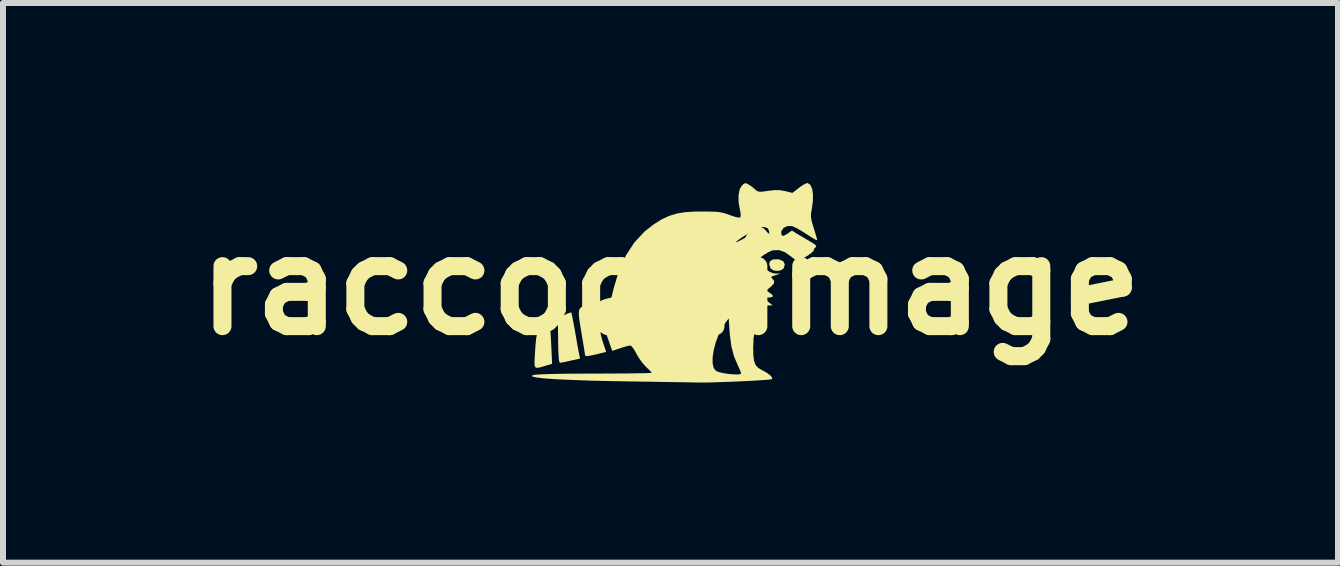
<source format=kicad_pcb>
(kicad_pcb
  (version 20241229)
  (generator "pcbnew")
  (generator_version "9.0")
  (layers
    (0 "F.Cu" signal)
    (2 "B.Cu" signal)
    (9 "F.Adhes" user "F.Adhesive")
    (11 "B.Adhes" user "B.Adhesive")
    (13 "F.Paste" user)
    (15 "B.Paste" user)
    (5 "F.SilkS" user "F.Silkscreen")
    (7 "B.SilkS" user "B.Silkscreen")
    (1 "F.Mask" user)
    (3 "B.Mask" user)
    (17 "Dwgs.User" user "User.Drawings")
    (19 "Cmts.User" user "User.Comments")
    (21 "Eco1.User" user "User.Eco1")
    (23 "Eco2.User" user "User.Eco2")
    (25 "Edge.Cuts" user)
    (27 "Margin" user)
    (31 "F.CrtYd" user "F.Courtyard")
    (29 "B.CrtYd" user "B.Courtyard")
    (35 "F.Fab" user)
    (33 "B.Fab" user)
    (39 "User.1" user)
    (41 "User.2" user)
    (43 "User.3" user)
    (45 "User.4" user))
  (footprint "raccoonimage"
    (layer "F.Cu")
    (at 8.121 1.706)
    (property "Reference" "raccoonimage" (at 0 0 0) (layer "F.SilkS") (effects (font (size 1.5 1.5) (thickness 0.3))))
    (attr board_only exclude_from_pos_files exclude_from_bom)
    (fp_poly (pts (xy 1.819 -0.431) (xy 1.88 -0.402) (xy 1.905 -0.352) (xy 1.889 -0.29) (xy 1.849 -0.256) (xy 1.788 -0.242) (xy 1.725 -0.248) (xy 1.676 -0.275) (xy 1.667 -0.287) (xy 1.645 -0.357) (xy 1.661 -0.407) (xy 1.711 -0.434) (xy 1.793 -0.435)) (stroke (width 0) (type solid)) (fill yes) (layer "F.SilkS"))
    (fp_poly (pts (xy -2.007 0.672) (xy -2.002 0.732) (xy -1.996 0.821) (xy -1.99 0.93) (xy -1.987 0.981) (xy -1.972 1.306) (xy -2.095 1.342) (xy -2.17 1.364) (xy -2.221 1.374) (xy -2.25 1.365) (xy -2.264 1.332) (xy -2.265 1.269) (xy -2.26 1.17) (xy -2.257 1.124) (xy -2.248 0.987) (xy -2.238 0.888) (xy -2.224 0.818) (xy -2.205 0.769) (xy -2.178 0.735) (xy -2.139 0.707) (xy -2.114 0.692) (xy -2.058 0.663) (xy -2.02 0.648) (xy -2.011 0.648)) (stroke (width 0) (type solid)) (fill yes) (layer "F.SilkS"))
    (fp_poly (pts (xy -1.645 0.476) (xy -1.633 0.536) (xy -1.616 0.623) (xy -1.596 0.73) (xy -1.589 0.769) (xy -1.569 0.888) (xy -1.55 0.996) (xy -1.534 1.083) (xy -1.523 1.14) (xy -1.521 1.148) (xy -1.506 1.218) (xy -1.663 1.253) (xy -1.743 1.271) (xy -1.807 1.284) (xy -1.842 1.289) (xy -1.843 1.289) (xy -1.854 1.267) (xy -1.862 1.203) (xy -1.868 1.099) (xy -1.871 0.978) (xy -1.872 0.859) (xy -1.874 0.752) (xy -1.875 0.667) (xy -1.876 0.613) (xy -1.876 0.606) (xy -1.871 0.566) (xy -1.846 0.535) (xy -1.791 0.503) (xy -1.77 0.493) (xy -1.708 0.466) (xy -1.665 0.452) (xy -1.652 0.451)) (stroke (width 0) (type solid)) (fill yes) (layer "F.SilkS"))
    (fp_poly (pts (xy -1.274 0.341) (xy -1.247 0.396) (xy -1.223 0.487) (xy -1.212 0.538) (xy -1.193 0.635) (xy -1.177 0.721) (xy -1.166 0.783) (xy -1.164 0.8) (xy -1.153 0.852) (xy -1.132 0.926) (xy -1.114 0.981) (xy -1.071 1.107) (xy -1.212 1.142) (xy -1.317 1.166) (xy -1.384 1.177) (xy -1.417 1.173) (xy -1.422 1.164) (xy -1.426 1.139) (xy -1.435 1.077) (xy -1.45 0.988) (xy -1.468 0.878) (xy -1.479 0.816) (xy -1.503 0.667) (xy -1.52 0.556) (xy -1.527 0.477) (xy -1.524 0.422) (xy -1.511 0.386) (xy -1.487 0.363) (xy -1.452 0.347) (xy -1.433 0.34) (xy -1.361 0.319) (xy -1.31 0.317)) (stroke (width 0) (type solid)) (fill yes) (layer "F.SilkS"))
    (fp_poly (pts (xy 2.331 -1.676) (xy 2.361 -1.61) (xy 2.375 -1.515) (xy 2.372 -1.395) (xy 2.353 -1.263) (xy 2.342 -1.198) (xy 2.341 -1.142) (xy 2.351 -1.081) (xy 2.374 -0.998) (xy 2.387 -0.958) (xy 2.413 -0.873) (xy 2.433 -0.804) (xy 2.444 -0.762) (xy 2.444 -0.755) (xy 2.428 -0.758) (xy 2.382 -0.782) (xy 2.316 -0.823) (xy 2.269 -0.854) (xy 2.184 -0.908) (xy 2.105 -0.953) (xy 2.043 -0.982) (xy 2.024 -0.989) (xy 1.948 -0.989) (xy 1.886 -0.96) (xy 1.85 -0.909) (xy 1.844 -0.877) (xy 1.853 -0.835) (xy 1.88 -0.826) (xy 1.932 -0.851) (xy 1.958 -0.868) (xy 2.023 -0.915) (xy 2.095 -0.87) (xy 2.151 -0.836) (xy 2.229 -0.79) (xy 2.309 -0.743) (xy 2.381 -0.7) (xy 2.42 -0.671) (xy 2.43 -0.651) (xy 2.417 -0.635) (xy 2.415 -0.634) (xy 2.391 -0.607) (xy 2.391 -0.594) (xy 2.383 -0.575) (xy 2.346 -0.541) (xy 2.29 -0.499) (xy 2.224 -0.458) (xy 2.182 -0.435) (xy 2.139 -0.415) (xy 2.107 -0.412) (xy 2.073 -0.431) (xy 2.019 -0.475) (xy 2.018 -0.476) (xy 1.909 -0.553) (xy 1.808 -0.589) (xy 1.71 -0.586) (xy 1.692 -0.581) (xy 1.637 -0.557) (xy 1.572 -0.519) (xy 1.511 -0.475) (xy 1.465 -0.433) (xy 1.445 -0.404) (xy 1.444 -0.402) (xy 1.46 -0.381) (xy 1.502 -0.341) (xy 1.559 -0.293) (xy 1.639 -0.235) (xy 1.704 -0.205) (xy 1.753 -0.198) (xy 1.833 -0.197) (xy 1.747 -0.17) (xy 1.694 -0.152) (xy 1.678 -0.137) (xy 1.692 -0.118) (xy 1.697 -0.114) (xy 1.729 -0.073) (xy 1.722 -0.03) (xy 1.675 0.02) (xy 1.664 0.029) (xy 1.594 0.084) (xy 1.652 0.122) (xy 1.7 0.16) (xy 1.705 0.186) (xy 1.667 0.199) (xy 1.628 0.201) (xy 1.544 0.201) (xy 1.622 0.267) (xy 1.7 0.332) (xy 1.633 0.333) (xy 1.575 0.34) (xy 1.536 0.354) (xy 1.52 0.372) (xy 1.543 0.393) (xy 1.553 0.399) (xy 1.58 0.415) (xy 1.586 0.433) (xy 1.567 0.463) (xy 1.526 0.512) (xy 1.457 0.613) (xy 1.411 0.731) (xy 1.385 0.874) (xy 1.378 1.041) (xy 1.381 1.168) (xy 1.393 1.258) (xy 1.417 1.322) (xy 1.455 1.368) (xy 1.513 1.405) (xy 1.526 1.411) (xy 1.608 1.457) (xy 1.666 1.501) (xy 1.695 1.539) (xy 1.693 1.561) (xy 1.667 1.566) (xy 1.604 1.572) (xy 1.51 1.579) (xy 1.393 1.586) (xy 1.258 1.593) (xy 1.115 1.6) (xy 0.968 1.606) (xy 0.825 1.611) (xy 0.694 1.615) (xy 0.58 1.618) (xy 0.491 1.618) (xy 0.456 1.618) (xy 0.416 1.617) (xy 0.336 1.615) (xy 0.222 1.613) (xy 0.077 1.611) (xy -0.092 1.608) (xy -0.282 1.605) (xy -0.487 1.602) (xy -0.689 1.599) (xy -1.008 1.593) (xy -1.296 1.587) (xy -1.552 1.578) (xy -1.774 1.569) (xy -1.96 1.559) (xy -2.108 1.548) (xy -2.216 1.535) (xy -2.282 1.523) (xy -2.3 1.516) (xy -2.308 1.505) (xy -2.296 1.497) (xy -2.26 1.489) (xy -2.198 1.484) (xy -2.107 1.479) (xy -1.983 1.475) (xy -1.825 1.472) (xy -1.63 1.47) (xy -1.394 1.469) (xy -1.261 1.469) (xy -1.06 1.468) (xy -0.874 1.467) (xy -0.707 1.466) (xy -0.563 1.464) (xy -0.448 1.462) (xy -0.365 1.46) (xy -0.319 1.457) (xy -0.311 1.456) (xy -0.326 1.436) (xy -0.365 1.397) (xy -0.407 1.357) (xy -0.462 1.296) (xy 0.702 1.296) (xy 0.72 1.375) (xy 0.758 1.423) (xy 0.763 1.426) (xy 0.816 1.446) (xy 0.89 1.463) (xy 0.973 1.475) (xy 1.055 1.482) (xy 1.123 1.483) (xy 1.167 1.476) (xy 1.178 1.466) (xy 1.168 1.434) (xy 1.144 1.378) (xy 1.125 1.338) (xy 1.059 1.183) (xy 1.015 1.015) (xy 0.989 0.82) (xy 0.985 0.77) (xy 0.971 0.55) (xy 0.929 0.603) (xy 0.859 0.707) (xy 0.8 0.825) (xy 0.754 0.951) (xy 0.721 1.076) (xy 0.703 1.194) (xy 0.702 1.296) (xy -0.462 1.296) (xy -0.471 1.286) (xy -0.533 1.197) (xy -0.568 1.135) (xy -0.609 1.063) (xy -0.646 1.015) (xy -0.669 1.001) (xy -0.708 1.007) (xy -0.773 1.025) (xy -0.833 1.044) (xy -0.902 1.068) (xy -0.951 1.084) (xy -0.968 1.089) (xy -0.978 1.069) (xy -0.996 1.018) (xy -1.021 0.946) (xy -1.023 0.939) (xy -1.05 0.861) (xy -1.074 0.799) (xy -1.09 0.767) (xy -1.09 0.766) (xy -1.104 0.733) (xy -1.121 0.668) (xy -1.14 0.584) (xy -1.159 0.491) (xy -1.174 0.403) (xy -1.185 0.33) (xy -1.187 0.285) (xy -1.186 0.278) (xy -1.159 0.255) (xy -1.105 0.232) (xy -1.079 0.225) (xy -0.983 0.201) (xy -0.944 0.039) (xy -0.857 -0.248) (xy -0.742 -0.5) (xy -0.6 -0.718) (xy -0.598 -0.719) (xy 1.089 -0.719) (xy 1.107 -0.724) (xy 1.154 -0.746) (xy 1.222 -0.781) (xy 1.302 -0.824) (xy 1.385 -0.87) (xy 1.438 -0.901) (xy 1.486 -0.928) (xy 1.518 -0.93) (xy 1.557 -0.908) (xy 1.576 -0.893) (xy 1.644 -0.843) (xy 1.644 -0.898) (xy 1.627 -0.948) (xy 1.576 -0.972) (xy 1.495 -0.968) (xy 1.487 -0.966) (xy 1.447 -0.95) (xy 1.385 -0.918) (xy 1.311 -0.875) (xy 1.234 -0.828) (xy 1.165 -0.782) (xy 1.114 -0.745) (xy 1.09 -0.722) (xy 1.089 -0.719) (xy -0.598 -0.719) (xy -0.43 -0.9) (xy -0.275 -1.021) (xy -0.144 -1.102) (xy -0.019 -1.16) (xy 0.11 -1.199) (xy 0.255 -1.222) (xy 0.427 -1.232) (xy 0.522 -1.232) (xy 0.651 -1.231) (xy 0.746 -1.228) (xy 0.819 -1.221) (xy 0.88 -1.208) (xy 0.941 -1.19) (xy 0.989 -1.172) (xy 1.072 -1.144) (xy 1.134 -1.13) (xy 1.164 -1.133) (xy 1.171 -1.167) (xy 1.164 -1.229) (xy 1.159 -1.253) (xy 1.135 -1.386) (xy 1.134 -1.505) (xy 1.154 -1.603) (xy 1.185 -1.657) (xy 1.223 -1.696) (xy 1.254 -1.704) (xy 1.29 -1.689) (xy 1.345 -1.654) (xy 1.402 -1.608) (xy 1.403 -1.606) (xy 1.436 -1.579) (xy 1.466 -1.564) (xy 1.507 -1.561) (xy 1.572 -1.568) (xy 1.626 -1.576) (xy 1.734 -1.589) (xy 1.82 -1.588) (xy 1.907 -1.573) (xy 1.911 -1.572) (xy 2.033 -1.542) (xy 2.142 -1.628) (xy 2.205 -1.672) (xy 2.258 -1.7) (xy 2.286 -1.706)) (stroke (width 0) (type solid)) (fill yes) (layer "F.SilkS")))
  (gr_rect
    (start -3 -3)
    (end 19.243 6.325)
    (stroke (width 0.1) (type default))
    (fill no)
    (layer "Edge.Cuts")))
</source>
